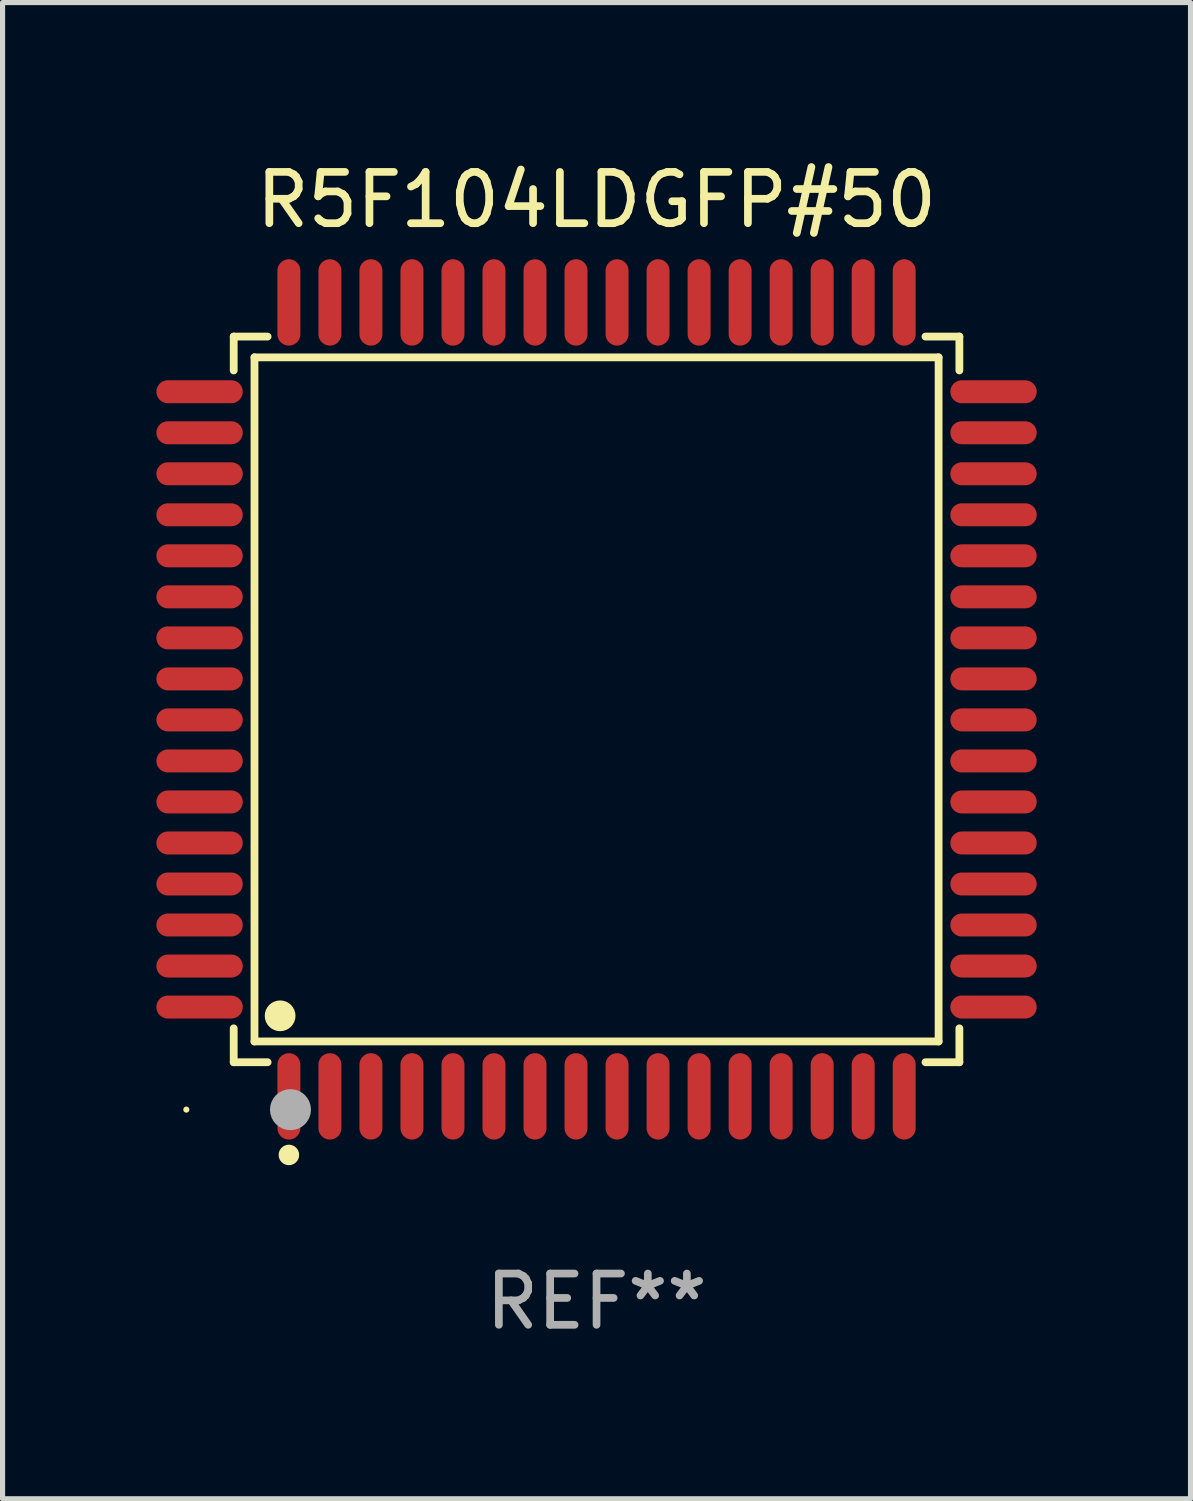
<source format=kicad_pcb>
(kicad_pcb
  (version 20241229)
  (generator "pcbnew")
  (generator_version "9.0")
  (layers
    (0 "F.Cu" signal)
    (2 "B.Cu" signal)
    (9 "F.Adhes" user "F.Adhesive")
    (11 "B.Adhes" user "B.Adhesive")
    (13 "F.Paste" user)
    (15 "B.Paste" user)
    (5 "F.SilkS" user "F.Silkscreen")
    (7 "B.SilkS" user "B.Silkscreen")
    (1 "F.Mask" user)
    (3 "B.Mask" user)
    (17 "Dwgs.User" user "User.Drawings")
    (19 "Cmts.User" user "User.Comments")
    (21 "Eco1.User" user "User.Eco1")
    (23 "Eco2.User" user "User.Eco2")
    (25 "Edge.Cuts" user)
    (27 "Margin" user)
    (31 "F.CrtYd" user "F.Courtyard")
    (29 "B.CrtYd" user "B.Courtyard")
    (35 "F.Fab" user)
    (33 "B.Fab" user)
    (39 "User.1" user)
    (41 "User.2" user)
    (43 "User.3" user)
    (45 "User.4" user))
  (footprint "R5F104LDGFP#50"
    (layer "F.Cu")
    (at 8.584 10.59)
    (property "Reference" "R5F104LDGFP#50" (at 0 -9.742 0) (layer "F.SilkS") (effects (font (size 1 1) (thickness 0.15))))
    (attr through_hole)
    (fp_line (start -7.076 -7.076) (end -6.415 -7.076) (stroke (width 0.152) (type solid)) (layer "F.SilkS"))
    (fp_line (start -7.076 -6.415) (end -7.076 -7.076) (stroke (width 0.152) (type solid)) (layer "F.SilkS"))
    (fp_line (start -7.076 6.415) (end -7.076 7.076) (stroke (width 0.152) (type solid)) (layer "F.SilkS"))
    (fp_line (start -7.076 7.076) (end -6.415 7.076) (stroke (width 0.152) (type solid)) (layer "F.SilkS"))
    (fp_line (start -6.671 -6.671) (end 6.671 -6.671) (stroke (width 0.152) (type solid)) (layer "F.SilkS"))
    (fp_line (start -6.671 6.671) (end -6.671 -6.671) (stroke (width 0.152) (type solid)) (layer "F.SilkS"))
    (fp_line (start 6.671 -6.671) (end 6.671 6.671) (stroke (width 0.152) (type solid)) (layer "F.SilkS"))
    (fp_line (start 6.671 6.671) (end -6.671 6.671) (stroke (width 0.152) (type solid)) (layer "F.SilkS"))
    (fp_line (start 7.076 -7.076) (end 6.415 -7.076) (stroke (width 0.152) (type solid)) (layer "F.SilkS"))
    (fp_line (start 7.076 -6.415) (end 7.076 -7.076) (stroke (width 0.152) (type solid)) (layer "F.SilkS"))
    (fp_line (start 7.076 6.415) (end 7.076 7.076) (stroke (width 0.152) (type solid)) (layer "F.SilkS"))
    (fp_line (start 7.076 7.076) (end 6.415 7.076) (stroke (width 0.152) (type solid)) (layer "F.SilkS"))
    (fp_circle (center -8 8) (end -7.97 8) (stroke (width 0.06) (type solid)) (fill no) (layer "F.SilkS"))
    (fp_circle (center -6.171 6.171) (end -6.021 6.171) (stroke (width 0.3) (type solid)) (fill no) (layer "F.SilkS"))
    (fp_circle (center -6 8.884) (end -5.9 8.884) (stroke (width 0.2) (type solid)) (fill no) (layer "F.SilkS"))
    (fp_circle (center -5.969 8.001) (end -5.769 8.001) (stroke (width 0.4) (type solid)) (fill no) (layer "F.Fab"))
    (fp_text user "REF**" (at 0 11.742 0) (layer "F.Fab") (effects (font (size 1 1) (thickness 0.15))))
    (pad "1" smd oval (at -6 7.742) (size 0.448 1.684) (layers "F.Cu" "F.Mask" "F.Paste"))
    (pad "2" smd oval (at -5.2 7.742) (size 0.448 1.684) (layers "F.Cu" "F.Mask" "F.Paste"))
    (pad "3" smd oval (at -4.4 7.742) (size 0.448 1.684) (layers "F.Cu" "F.Mask" "F.Paste"))
    (pad "4" smd oval (at -3.6 7.742) (size 0.448 1.684) (layers "F.Cu" "F.Mask" "F.Paste"))
    (pad "5" smd oval (at -2.8 7.742) (size 0.448 1.684) (layers "F.Cu" "F.Mask" "F.Paste"))
    (pad "6" smd oval (at -2 7.742) (size 0.448 1.684) (layers "F.Cu" "F.Mask" "F.Paste"))
    (pad "7" smd oval (at -1.2 7.742) (size 0.448 1.684) (layers "F.Cu" "F.Mask" "F.Paste"))
    (pad "8" smd oval (at -0.4 7.742) (size 0.448 1.684) (layers "F.Cu" "F.Mask" "F.Paste"))
    (pad "9" smd oval (at 0.4 7.742) (size 0.448 1.684) (layers "F.Cu" "F.Mask" "F.Paste"))
    (pad "10" smd oval (at 1.2 7.742) (size 0.448 1.684) (layers "F.Cu" "F.Mask" "F.Paste"))
    (pad "11" smd oval (at 2 7.742) (size 0.448 1.684) (layers "F.Cu" "F.Mask" "F.Paste"))
    (pad "12" smd oval (at 2.8 7.742) (size 0.448 1.684) (layers "F.Cu" "F.Mask" "F.Paste"))
    (pad "13" smd oval (at 3.6 7.742) (size 0.448 1.684) (layers "F.Cu" "F.Mask" "F.Paste"))
    (pad "14" smd oval (at 4.4 7.742) (size 0.448 1.684) (layers "F.Cu" "F.Mask" "F.Paste"))
    (pad "15" smd oval (at 5.2 7.742) (size 0.448 1.684) (layers "F.Cu" "F.Mask" "F.Paste"))
    (pad "16" smd oval (at 6 7.742) (size 0.448 1.684) (layers "F.Cu" "F.Mask" "F.Paste"))
    (pad "17" smd oval (at 7.742 6) (size 1.684 0.448) (layers "F.Cu" "F.Mask" "F.Paste"))
    (pad "18" smd oval (at 7.742 5.2) (size 1.684 0.448) (layers "F.Cu" "F.Mask" "F.Paste"))
    (pad "19" smd oval (at 7.742 4.4) (size 1.684 0.448) (layers "F.Cu" "F.Mask" "F.Paste"))
    (pad "20" smd oval (at 7.742 3.6) (size 1.684 0.448) (layers "F.Cu" "F.Mask" "F.Paste"))
    (pad "21" smd oval (at 7.742 2.8) (size 1.684 0.448) (layers "F.Cu" "F.Mask" "F.Paste"))
    (pad "22" smd oval (at 7.742 2) (size 1.684 0.448) (layers "F.Cu" "F.Mask" "F.Paste"))
    (pad "23" smd oval (at 7.742 1.2) (size 1.684 0.448) (layers "F.Cu" "F.Mask" "F.Paste"))
    (pad "24" smd oval (at 7.742 0.4) (size 1.684 0.448) (layers "F.Cu" "F.Mask" "F.Paste"))
    (pad "25" smd oval (at 7.742 -0.4) (size 1.684 0.448) (layers "F.Cu" "F.Mask" "F.Paste"))
    (pad "26" smd oval (at 7.742 -1.2) (size 1.684 0.448) (layers "F.Cu" "F.Mask" "F.Paste"))
    (pad "27" smd oval (at 7.742 -2) (size 1.684 0.448) (layers "F.Cu" "F.Mask" "F.Paste"))
    (pad "28" smd oval (at 7.742 -2.8) (size 1.684 0.448) (layers "F.Cu" "F.Mask" "F.Paste"))
    (pad "29" smd oval (at 7.742 -3.6) (size 1.684 0.448) (layers "F.Cu" "F.Mask" "F.Paste"))
    (pad "30" smd oval (at 7.742 -4.4) (size 1.684 0.448) (layers "F.Cu" "F.Mask" "F.Paste"))
    (pad "31" smd oval (at 7.742 -5.2) (size 1.684 0.448) (layers "F.Cu" "F.Mask" "F.Paste"))
    (pad "32" smd oval (at 7.742 -6) (size 1.684 0.448) (layers "F.Cu" "F.Mask" "F.Paste"))
    (pad "33" smd oval (at 6 -7.742) (size 0.448 1.684) (layers "F.Cu" "F.Mask" "F.Paste"))
    (pad "34" smd oval (at 5.2 -7.742) (size 0.448 1.684) (layers "F.Cu" "F.Mask" "F.Paste"))
    (pad "35" smd oval (at 4.4 -7.742) (size 0.448 1.684) (layers "F.Cu" "F.Mask" "F.Paste"))
    (pad "36" smd oval (at 3.6 -7.742) (size 0.448 1.684) (layers "F.Cu" "F.Mask" "F.Paste"))
    (pad "37" smd oval (at 2.8 -7.742) (size 0.448 1.684) (layers "F.Cu" "F.Mask" "F.Paste"))
    (pad "38" smd oval (at 2 -7.742) (size 0.448 1.684) (layers "F.Cu" "F.Mask" "F.Paste"))
    (pad "39" smd oval (at 1.2 -7.742) (size 0.448 1.684) (layers "F.Cu" "F.Mask" "F.Paste"))
    (pad "40" smd oval (at 0.4 -7.742) (size 0.448 1.684) (layers "F.Cu" "F.Mask" "F.Paste"))
    (pad "41" smd oval (at -0.4 -7.742) (size 0.448 1.684) (layers "F.Cu" "F.Mask" "F.Paste"))
    (pad "42" smd oval (at -1.2 -7.742) (size 0.448 1.684) (layers "F.Cu" "F.Mask" "F.Paste"))
    (pad "43" smd oval (at -2 -7.742) (size 0.448 1.684) (layers "F.Cu" "F.Mask" "F.Paste"))
    (pad "44" smd oval (at -2.8 -7.742) (size 0.448 1.684) (layers "F.Cu" "F.Mask" "F.Paste"))
    (pad "45" smd oval (at -3.6 -7.742) (size 0.448 1.684) (layers "F.Cu" "F.Mask" "F.Paste"))
    (pad "46" smd oval (at -4.4 -7.742) (size 0.448 1.684) (layers "F.Cu" "F.Mask" "F.Paste"))
    (pad "47" smd oval (at -5.2 -7.742) (size 0.448 1.684) (layers "F.Cu" "F.Mask" "F.Paste"))
    (pad "48" smd oval (at -6 -7.742) (size 0.448 1.684) (layers "F.Cu" "F.Mask" "F.Paste"))
    (pad "49" smd oval (at -7.742 -6) (size 1.684 0.448) (layers "F.Cu" "F.Mask" "F.Paste"))
    (pad "50" smd oval (at -7.742 -5.2) (size 1.684 0.448) (layers "F.Cu" "F.Mask" "F.Paste"))
    (pad "51" smd oval (at -7.742 -4.4) (size 1.684 0.448) (layers "F.Cu" "F.Mask" "F.Paste"))
    (pad "52" smd oval (at -7.742 -3.6) (size 1.684 0.448) (layers "F.Cu" "F.Mask" "F.Paste"))
    (pad "53" smd oval (at -7.742 -2.8) (size 1.684 0.448) (layers "F.Cu" "F.Mask" "F.Paste"))
    (pad "54" smd oval (at -7.742 -2) (size 1.684 0.448) (layers "F.Cu" "F.Mask" "F.Paste"))
    (pad "55" smd oval (at -7.742 -1.2) (size 1.684 0.448) (layers "F.Cu" "F.Mask" "F.Paste"))
    (pad "56" smd oval (at -7.742 -0.4) (size 1.684 0.448) (layers "F.Cu" "F.Mask" "F.Paste"))
    (pad "57" smd oval (at -7.742 0.4) (size 1.684 0.448) (layers "F.Cu" "F.Mask" "F.Paste"))
    (pad "58" smd oval (at -7.742 1.2) (size 1.684 0.448) (layers "F.Cu" "F.Mask" "F.Paste"))
    (pad "59" smd oval (at -7.742 2) (size 1.684 0.448) (layers "F.Cu" "F.Mask" "F.Paste"))
    (pad "60" smd oval (at -7.742 2.8) (size 1.684 0.448) (layers "F.Cu" "F.Mask" "F.Paste"))
    (pad "61" smd oval (at -7.742 3.6) (size 1.684 0.448) (layers "F.Cu" "F.Mask" "F.Paste"))
    (pad "62" smd oval (at -7.742 4.4) (size 1.684 0.448) (layers "F.Cu" "F.Mask" "F.Paste"))
    (pad "63" smd oval (at -7.742 5.2) (size 1.684 0.448) (layers "F.Cu" "F.Mask" "F.Paste"))
    (pad "64" smd oval (at -7.742 6) (size 1.684 0.448) (layers "F.Cu" "F.Mask" "F.Paste")))
  (gr_rect
    (start -3 -3)
    (end 20.168 26.18)
    (stroke (width 0.1) (type default))
    (fill no)
    (layer "Edge.Cuts")))
</source>
